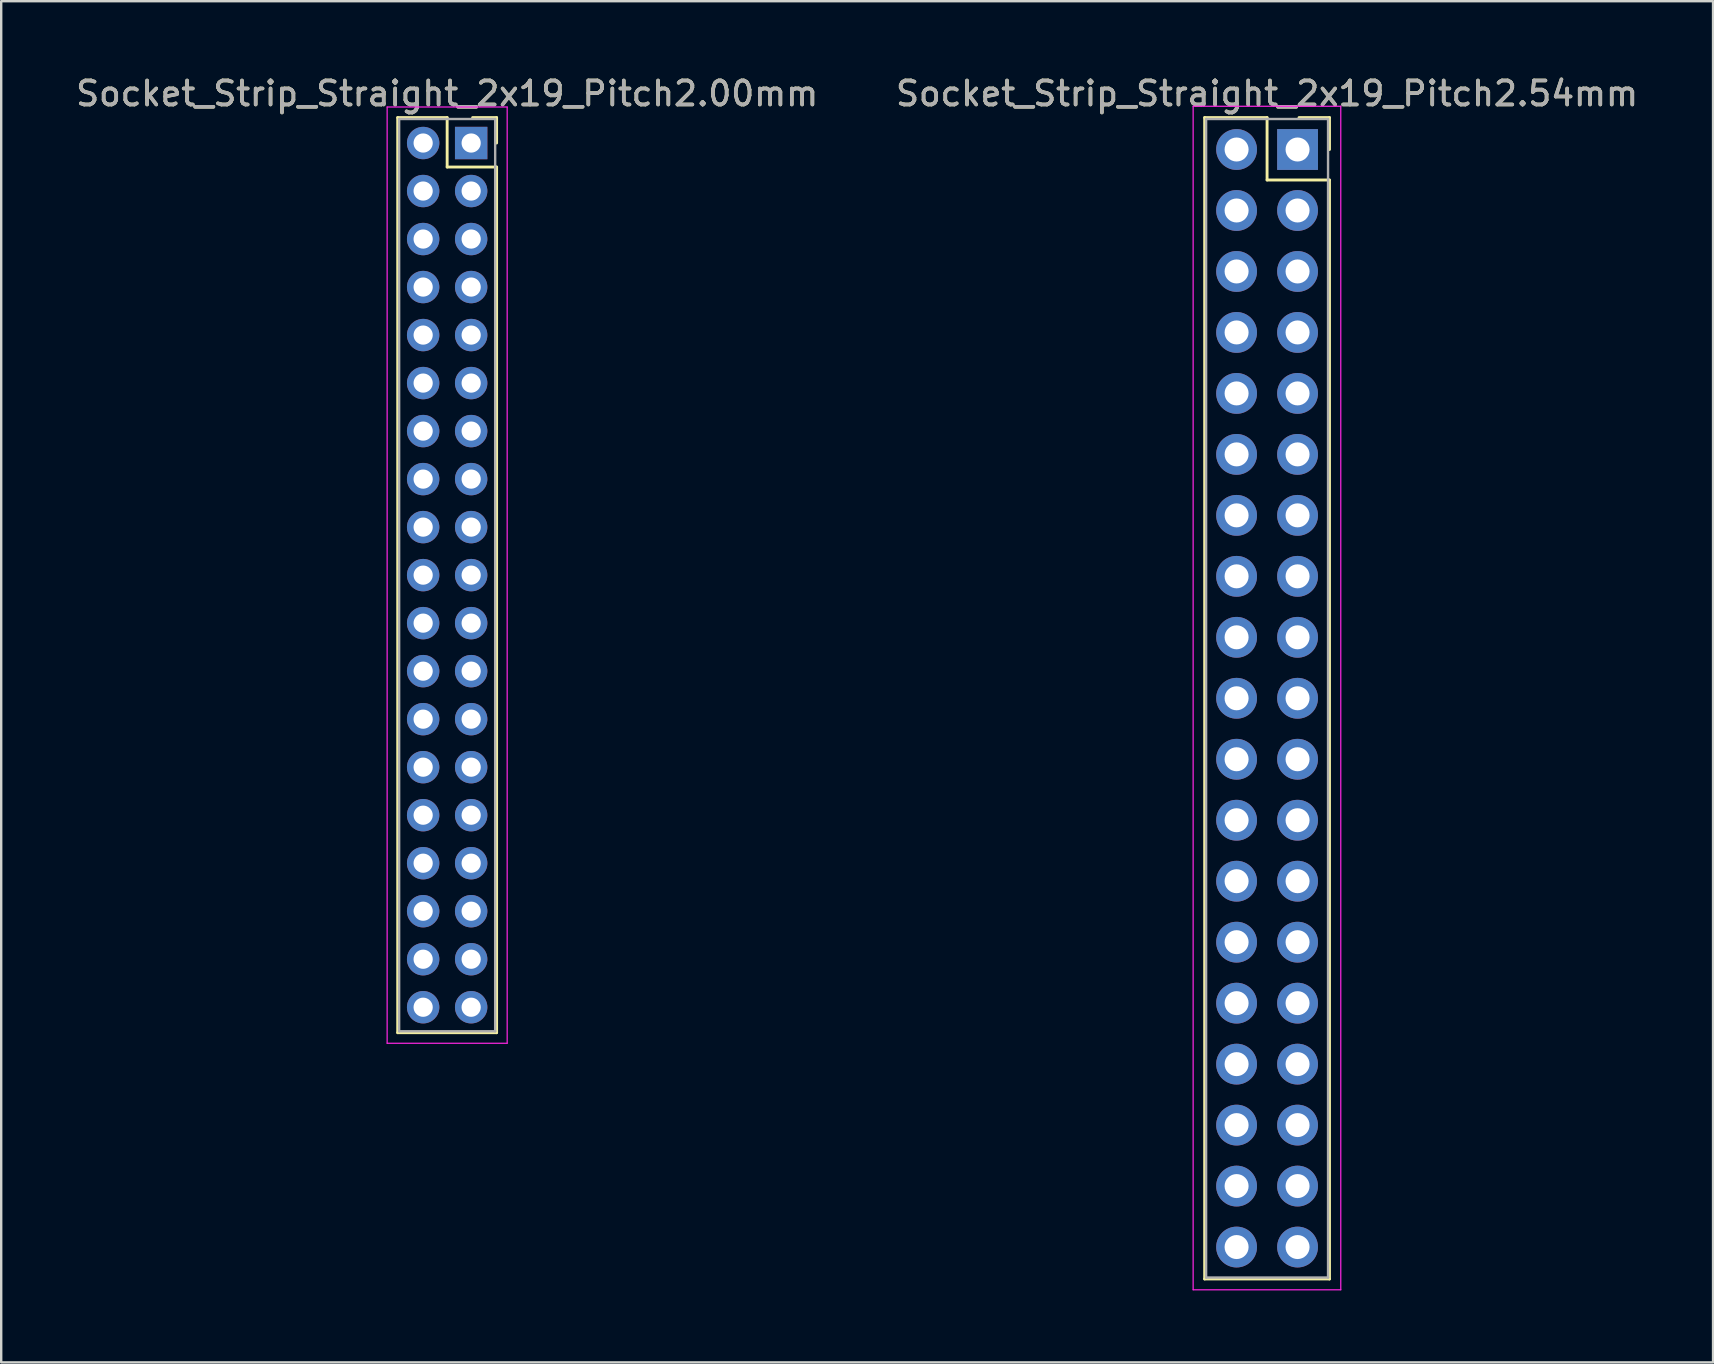
<source format=kicad_pcb>
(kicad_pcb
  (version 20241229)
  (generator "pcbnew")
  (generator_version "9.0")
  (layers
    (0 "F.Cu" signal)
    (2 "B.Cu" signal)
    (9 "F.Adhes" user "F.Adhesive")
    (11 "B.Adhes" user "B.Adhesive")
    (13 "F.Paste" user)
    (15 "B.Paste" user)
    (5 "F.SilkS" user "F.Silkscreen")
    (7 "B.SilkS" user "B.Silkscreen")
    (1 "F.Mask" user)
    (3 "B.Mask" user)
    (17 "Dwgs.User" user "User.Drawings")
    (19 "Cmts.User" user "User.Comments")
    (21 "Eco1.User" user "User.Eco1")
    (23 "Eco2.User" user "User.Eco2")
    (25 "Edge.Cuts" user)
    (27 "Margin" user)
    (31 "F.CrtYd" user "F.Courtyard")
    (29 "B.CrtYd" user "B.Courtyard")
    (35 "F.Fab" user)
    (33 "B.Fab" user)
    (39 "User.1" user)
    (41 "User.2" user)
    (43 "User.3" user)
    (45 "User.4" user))
  (footprint "Socket_Strip_Straight_2x19_Pitch2.54mm"
    (layer "F.Cu")
    (at 51.002 3.178)
    (property "Reference" "Socket_Strip_Straight_2x19_Pitch2.54mm" (at -1.27 -2.33 0) (layer "F.SilkS") (effects (font (size 1 1) (thickness 0.15))))
    (attr through_hole)
    (fp_line (start -3.87 -1.33) (end -1.27 -1.33) (stroke (width 0.12) (type solid)) (layer "F.SilkS"))
    (fp_line (start -3.87 47.05) (end -3.87 -1.33) (stroke (width 0.12) (type solid)) (layer "F.SilkS"))
    (fp_line (start -1.27 -1.33) (end -1.27 1.27) (stroke (width 0.12) (type solid)) (layer "F.SilkS"))
    (fp_line (start -1.27 1.27) (end 1.33 1.27) (stroke (width 0.12) (type solid)) (layer "F.SilkS"))
    (fp_line (start 1.33 -1.33) (end 0.06 -1.33) (stroke (width 0.12) (type solid)) (layer "F.SilkS"))
    (fp_line (start 1.33 0) (end 1.33 -1.33) (stroke (width 0.12) (type solid)) (layer "F.SilkS"))
    (fp_line (start 1.33 1.27) (end 1.33 47.05) (stroke (width 0.12) (type solid)) (layer "F.SilkS"))
    (fp_line (start 1.33 47.05) (end -3.87 47.05) (stroke (width 0.12) (type solid)) (layer "F.SilkS"))
    (fp_line (start -4.35 -1.8) (end -4.35 47.5) (stroke (width 0.05) (type solid)) (layer "F.CrtYd"))
    (fp_line (start -4.35 47.5) (end 1.8 47.5) (stroke (width 0.05) (type solid)) (layer "F.CrtYd"))
    (fp_line (start 1.8 -1.8) (end -4.35 -1.8) (stroke (width 0.05) (type solid)) (layer "F.CrtYd"))
    (fp_line (start 1.8 47.5) (end 1.8 -1.8) (stroke (width 0.05) (type solid)) (layer "F.CrtYd"))
    (fp_line (start -3.81 -1.27) (end -3.81 46.99) (stroke (width 0.1) (type solid)) (layer "F.Fab"))
    (fp_line (start -3.81 46.99) (end 1.27 46.99) (stroke (width 0.1) (type solid)) (layer "F.Fab"))
    (fp_line (start 1.27 -1.27) (end -3.81 -1.27) (stroke (width 0.1) (type solid)) (layer "F.Fab"))
    (fp_line (start 1.27 46.99) (end 1.27 -1.27) (stroke (width 0.1) (type solid)) (layer "F.Fab"))
    (fp_text user "${REFERENCE}" (at -1.27 -2.33 0) (layer "F.Fab") (effects (font (size 1 1) (thickness 0.15))))
    (pad "1" thru_hole rect (at 0 0) (size 1.7 1.7) (drill 1) (layers "*.Cu" "*.Mask"))
    (pad "2" thru_hole oval (at -2.54 0) (size 1.7 1.7) (drill 1) (layers "*.Cu" "*.Mask"))
    (pad "3" thru_hole oval (at 0 2.54) (size 1.7 1.7) (drill 1) (layers "*.Cu" "*.Mask"))
    (pad "4" thru_hole oval (at -2.54 2.54) (size 1.7 1.7) (drill 1) (layers "*.Cu" "*.Mask"))
    (pad "5" thru_hole oval (at 0 5.08) (size 1.7 1.7) (drill 1) (layers "*.Cu" "*.Mask"))
    (pad "6" thru_hole oval (at -2.54 5.08) (size 1.7 1.7) (drill 1) (layers "*.Cu" "*.Mask"))
    (pad "7" thru_hole oval (at 0 7.62) (size 1.7 1.7) (drill 1) (layers "*.Cu" "*.Mask"))
    (pad "8" thru_hole oval (at -2.54 7.62) (size 1.7 1.7) (drill 1) (layers "*.Cu" "*.Mask"))
    (pad "9" thru_hole oval (at 0 10.16) (size 1.7 1.7) (drill 1) (layers "*.Cu" "*.Mask"))
    (pad "10" thru_hole oval (at -2.54 10.16) (size 1.7 1.7) (drill 1) (layers "*.Cu" "*.Mask"))
    (pad "11" thru_hole oval (at 0 12.7) (size 1.7 1.7) (drill 1) (layers "*.Cu" "*.Mask"))
    (pad "12" thru_hole oval (at -2.54 12.7) (size 1.7 1.7) (drill 1) (layers "*.Cu" "*.Mask"))
    (pad "13" thru_hole oval (at 0 15.24) (size 1.7 1.7) (drill 1) (layers "*.Cu" "*.Mask"))
    (pad "14" thru_hole oval (at -2.54 15.24) (size 1.7 1.7) (drill 1) (layers "*.Cu" "*.Mask"))
    (pad "15" thru_hole oval (at 0 17.78) (size 1.7 1.7) (drill 1) (layers "*.Cu" "*.Mask"))
    (pad "16" thru_hole oval (at -2.54 17.78) (size 1.7 1.7) (drill 1) (layers "*.Cu" "*.Mask"))
    (pad "17" thru_hole oval (at 0 20.32) (size 1.7 1.7) (drill 1) (layers "*.Cu" "*.Mask"))
    (pad "18" thru_hole oval (at -2.54 20.32) (size 1.7 1.7) (drill 1) (layers "*.Cu" "*.Mask"))
    (pad "19" thru_hole oval (at 0 22.86) (size 1.7 1.7) (drill 1) (layers "*.Cu" "*.Mask"))
    (pad "20" thru_hole oval (at -2.54 22.86) (size 1.7 1.7) (drill 1) (layers "*.Cu" "*.Mask"))
    (pad "21" thru_hole oval (at 0 25.4) (size 1.7 1.7) (drill 1) (layers "*.Cu" "*.Mask"))
    (pad "22" thru_hole oval (at -2.54 25.4) (size 1.7 1.7) (drill 1) (layers "*.Cu" "*.Mask"))
    (pad "23" thru_hole oval (at 0 27.94) (size 1.7 1.7) (drill 1) (layers "*.Cu" "*.Mask"))
    (pad "24" thru_hole oval (at -2.54 27.94) (size 1.7 1.7) (drill 1) (layers "*.Cu" "*.Mask"))
    (pad "25" thru_hole oval (at 0 30.48) (size 1.7 1.7) (drill 1) (layers "*.Cu" "*.Mask"))
    (pad "26" thru_hole oval (at -2.54 30.48) (size 1.7 1.7) (drill 1) (layers "*.Cu" "*.Mask"))
    (pad "27" thru_hole oval (at 0 33.02) (size 1.7 1.7) (drill 1) (layers "*.Cu" "*.Mask"))
    (pad "28" thru_hole oval (at -2.54 33.02) (size 1.7 1.7) (drill 1) (layers "*.Cu" "*.Mask"))
    (pad "29" thru_hole oval (at 0 35.56) (size 1.7 1.7) (drill 1) (layers "*.Cu" "*.Mask"))
    (pad "30" thru_hole oval (at -2.54 35.56) (size 1.7 1.7) (drill 1) (layers "*.Cu" "*.Mask"))
    (pad "31" thru_hole oval (at 0 38.1) (size 1.7 1.7) (drill 1) (layers "*.Cu" "*.Mask"))
    (pad "32" thru_hole oval (at -2.54 38.1) (size 1.7 1.7) (drill 1) (layers "*.Cu" "*.Mask"))
    (pad "33" thru_hole oval (at 0 40.64) (size 1.7 1.7) (drill 1) (layers "*.Cu" "*.Mask"))
    (pad "34" thru_hole oval (at -2.54 40.64) (size 1.7 1.7) (drill 1) (layers "*.Cu" "*.Mask"))
    (pad "35" thru_hole oval (at 0 43.18) (size 1.7 1.7) (drill 1) (layers "*.Cu" "*.Mask"))
    (pad "36" thru_hole oval (at -2.54 43.18) (size 1.7 1.7) (drill 1) (layers "*.Cu" "*.Mask"))
    (pad "37" thru_hole oval (at 0 45.72) (size 1.7 1.7) (drill 1) (layers "*.Cu" "*.Mask"))
    (pad "38" thru_hole oval (at -2.54 45.72) (size 1.7 1.7) (drill 1) (layers "*.Cu" "*.Mask")))
  (footprint "Socket_Strip_Straight_2x19_Pitch2.00mm"
    (layer "F.Cu")
    (at 16.577 2.908)
    (property "Reference" "Socket_Strip_Straight_2x19_Pitch2.00mm" (at -1 -2.06 0) (layer "F.SilkS") (effects (font (size 1 1) (thickness 0.15))))
    (attr through_hole)
    (fp_line (start -3.06 -1.06) (end -1 -1.06) (stroke (width 0.12) (type solid)) (layer "F.SilkS"))
    (fp_line (start -3.06 37.06) (end -3.06 -1.06) (stroke (width 0.12) (type solid)) (layer "F.SilkS"))
    (fp_line (start -1 -1.06) (end -1 1) (stroke (width 0.12) (type solid)) (layer "F.SilkS"))
    (fp_line (start -1 1) (end 1.06 1) (stroke (width 0.12) (type solid)) (layer "F.SilkS"))
    (fp_line (start 1.06 -1.06) (end 0.06 -1.06) (stroke (width 0.12) (type solid)) (layer "F.SilkS"))
    (fp_line (start 1.06 0) (end 1.06 -1.06) (stroke (width 0.12) (type solid)) (layer "F.SilkS"))
    (fp_line (start 1.06 1) (end 1.06 37.06) (stroke (width 0.12) (type solid)) (layer "F.SilkS"))
    (fp_line (start 1.06 37.06) (end -3.06 37.06) (stroke (width 0.12) (type solid)) (layer "F.SilkS"))
    (fp_line (start -3.5 -1.5) (end -3.5 37.5) (stroke (width 0.05) (type solid)) (layer "F.CrtYd"))
    (fp_line (start -3.5 37.5) (end 1.5 37.5) (stroke (width 0.05) (type solid)) (layer "F.CrtYd"))
    (fp_line (start 1.5 -1.5) (end -3.5 -1.5) (stroke (width 0.05) (type solid)) (layer "F.CrtYd"))
    (fp_line (start 1.5 37.5) (end 1.5 -1.5) (stroke (width 0.05) (type solid)) (layer "F.CrtYd"))
    (fp_line (start -3 -1) (end -3 37) (stroke (width 0.1) (type solid)) (layer "F.Fab"))
    (fp_line (start -3 37) (end 1 37) (stroke (width 0.1) (type solid)) (layer "F.Fab"))
    (fp_line (start 1 -1) (end -3 -1) (stroke (width 0.1) (type solid)) (layer "F.Fab"))
    (fp_line (start 1 37) (end 1 -1) (stroke (width 0.1) (type solid)) (layer "F.Fab"))
    (fp_text user "${REFERENCE}" (at -1 -2.06 0) (layer "F.Fab") (effects (font (size 1 1) (thickness 0.15))))
    (pad "1" thru_hole rect (at 0 0) (size 1.35 1.35) (drill 0.8) (layers "*.Cu" "*.Mask"))
    (pad "2" thru_hole oval (at -2 0) (size 1.35 1.35) (drill 0.8) (layers "*.Cu" "*.Mask"))
    (pad "3" thru_hole oval (at 0 2) (size 1.35 1.35) (drill 0.8) (layers "*.Cu" "*.Mask"))
    (pad "4" thru_hole oval (at -2 2) (size 1.35 1.35) (drill 0.8) (layers "*.Cu" "*.Mask"))
    (pad "5" thru_hole oval (at 0 4) (size 1.35 1.35) (drill 0.8) (layers "*.Cu" "*.Mask"))
    (pad "6" thru_hole oval (at -2 4) (size 1.35 1.35) (drill 0.8) (layers "*.Cu" "*.Mask"))
    (pad "7" thru_hole oval (at 0 6) (size 1.35 1.35) (drill 0.8) (layers "*.Cu" "*.Mask"))
    (pad "8" thru_hole oval (at -2 6) (size 1.35 1.35) (drill 0.8) (layers "*.Cu" "*.Mask"))
    (pad "9" thru_hole oval (at 0 8) (size 1.35 1.35) (drill 0.8) (layers "*.Cu" "*.Mask"))
    (pad "10" thru_hole oval (at -2 8) (size 1.35 1.35) (drill 0.8) (layers "*.Cu" "*.Mask"))
    (pad "11" thru_hole oval (at 0 10) (size 1.35 1.35) (drill 0.8) (layers "*.Cu" "*.Mask"))
    (pad "12" thru_hole oval (at -2 10) (size 1.35 1.35) (drill 0.8) (layers "*.Cu" "*.Mask"))
    (pad "13" thru_hole oval (at 0 12) (size 1.35 1.35) (drill 0.8) (layers "*.Cu" "*.Mask"))
    (pad "14" thru_hole oval (at -2 12) (size 1.35 1.35) (drill 0.8) (layers "*.Cu" "*.Mask"))
    (pad "15" thru_hole oval (at 0 14) (size 1.35 1.35) (drill 0.8) (layers "*.Cu" "*.Mask"))
    (pad "16" thru_hole oval (at -2 14) (size 1.35 1.35) (drill 0.8) (layers "*.Cu" "*.Mask"))
    (pad "17" thru_hole oval (at 0 16) (size 1.35 1.35) (drill 0.8) (layers "*.Cu" "*.Mask"))
    (pad "18" thru_hole oval (at -2 16) (size 1.35 1.35) (drill 0.8) (layers "*.Cu" "*.Mask"))
    (pad "19" thru_hole oval (at 0 18) (size 1.35 1.35) (drill 0.8) (layers "*.Cu" "*.Mask"))
    (pad "20" thru_hole oval (at -2 18) (size 1.35 1.35) (drill 0.8) (layers "*.Cu" "*.Mask"))
    (pad "21" thru_hole oval (at 0 20) (size 1.35 1.35) (drill 0.8) (layers "*.Cu" "*.Mask"))
    (pad "22" thru_hole oval (at -2 20) (size 1.35 1.35) (drill 0.8) (layers "*.Cu" "*.Mask"))
    (pad "23" thru_hole oval (at 0 22) (size 1.35 1.35) (drill 0.8) (layers "*.Cu" "*.Mask"))
    (pad "24" thru_hole oval (at -2 22) (size 1.35 1.35) (drill 0.8) (layers "*.Cu" "*.Mask"))
    (pad "25" thru_hole oval (at 0 24) (size 1.35 1.35) (drill 0.8) (layers "*.Cu" "*.Mask"))
    (pad "26" thru_hole oval (at -2 24) (size 1.35 1.35) (drill 0.8) (layers "*.Cu" "*.Mask"))
    (pad "27" thru_hole oval (at 0 26) (size 1.35 1.35) (drill 0.8) (layers "*.Cu" "*.Mask"))
    (pad "28" thru_hole oval (at -2 26) (size 1.35 1.35) (drill 0.8) (layers "*.Cu" "*.Mask"))
    (pad "29" thru_hole oval (at 0 28) (size 1.35 1.35) (drill 0.8) (layers "*.Cu" "*.Mask"))
    (pad "30" thru_hole oval (at -2 28) (size 1.35 1.35) (drill 0.8) (layers "*.Cu" "*.Mask"))
    (pad "31" thru_hole oval (at 0 30) (size 1.35 1.35) (drill 0.8) (layers "*.Cu" "*.Mask"))
    (pad "32" thru_hole oval (at -2 30) (size 1.35 1.35) (drill 0.8) (layers "*.Cu" "*.Mask"))
    (pad "33" thru_hole oval (at 0 32) (size 1.35 1.35) (drill 0.8) (layers "*.Cu" "*.Mask"))
    (pad "34" thru_hole oval (at -2 32) (size 1.35 1.35) (drill 0.8) (layers "*.Cu" "*.Mask"))
    (pad "35" thru_hole oval (at 0 34) (size 1.35 1.35) (drill 0.8) (layers "*.Cu" "*.Mask"))
    (pad "36" thru_hole oval (at -2 34) (size 1.35 1.35) (drill 0.8) (layers "*.Cu" "*.Mask"))
    (pad "37" thru_hole oval (at 0 36) (size 1.35 1.35) (drill 0.8) (layers "*.Cu" "*.Mask"))
    (pad "38" thru_hole oval (at -2 36) (size 1.35 1.35) (drill 0.8) (layers "*.Cu" "*.Mask")))
  (gr_rect
    (start -3 -3)
    (end 68.31 53.703)
    (stroke (width 0.1) (type default))
    (fill no)
    (layer "Edge.Cuts")))
</source>
